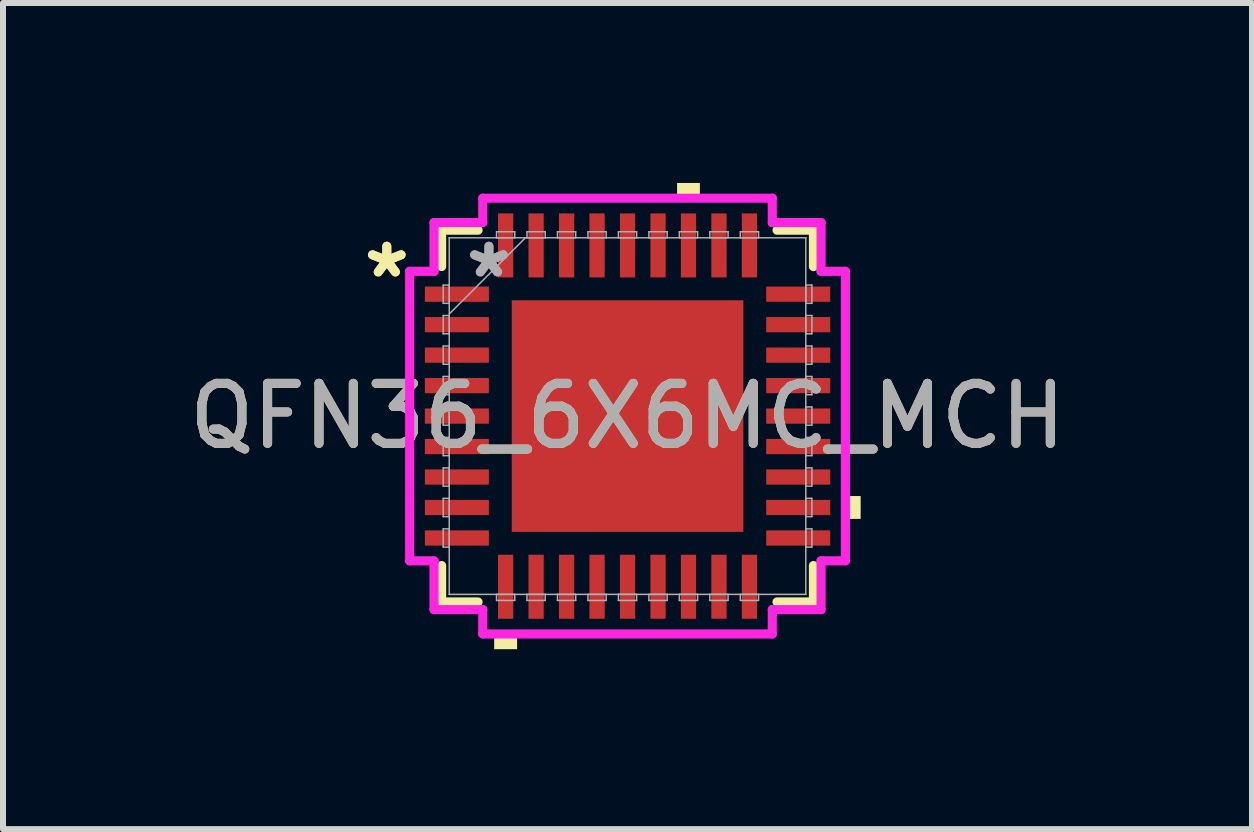
<source format=kicad_pcb>
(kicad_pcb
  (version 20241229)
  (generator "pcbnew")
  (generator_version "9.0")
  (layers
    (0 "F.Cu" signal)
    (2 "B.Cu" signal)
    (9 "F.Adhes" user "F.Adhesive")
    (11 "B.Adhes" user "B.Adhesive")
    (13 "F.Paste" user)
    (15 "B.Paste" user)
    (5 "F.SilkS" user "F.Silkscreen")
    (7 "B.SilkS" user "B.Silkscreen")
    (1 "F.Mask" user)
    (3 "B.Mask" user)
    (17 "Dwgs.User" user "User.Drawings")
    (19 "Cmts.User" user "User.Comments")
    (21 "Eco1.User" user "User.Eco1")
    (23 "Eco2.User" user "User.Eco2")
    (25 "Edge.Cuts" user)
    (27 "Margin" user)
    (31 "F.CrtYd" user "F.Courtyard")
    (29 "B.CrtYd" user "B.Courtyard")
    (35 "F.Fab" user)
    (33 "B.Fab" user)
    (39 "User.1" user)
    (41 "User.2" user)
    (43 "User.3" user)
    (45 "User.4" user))
  (footprint "QFN36_6X6MC_MCH"
    (layer "F.Cu")
    (at 7.411 3.886)
    (property "Reference" "QFN36_6X6MC_MCH" (at 0 0 0) (unlocked yes) (layer "F.SilkS") (effects (font (size 1 1) (thickness 0.15))))
    (attr smd)
    (fp_poly (pts (xy -1.994 -1.994) (xy -1.381 -1.994) (xy -1.381 1.994) (xy -1.994 1.994)) (stroke (width 0) (type solid)) (fill yes) (layer "F.Mask"))
    (fp_poly (pts (xy -1.994 -1.994) (xy 1.994 -1.994) (xy 1.994 -1.381) (xy -1.994 -1.381)) (stroke (width 0) (type solid)) (fill yes) (layer "F.Mask"))
    (fp_poly (pts (xy -1.994 -0.981) (xy 1.994 -0.981) (xy 1.994 -0.594) (xy -1.994 -0.594)) (stroke (width 0) (type solid)) (fill yes) (layer "F.Mask"))
    (fp_poly (pts (xy -1.994 -0.194) (xy 1.994 -0.194) (xy 1.994 0.194) (xy -1.994 0.194)) (stroke (width 0) (type solid)) (fill yes) (layer "F.Mask"))
    (fp_poly (pts (xy -1.994 0.594) (xy 1.994 0.594) (xy 1.994 0.981) (xy -1.994 0.981)) (stroke (width 0) (type solid)) (fill yes) (layer "F.Mask"))
    (fp_poly (pts (xy -1.994 1.381) (xy 1.994 1.381) (xy 1.994 1.994) (xy -1.994 1.994)) (stroke (width 0) (type solid)) (fill yes) (layer "F.Mask"))
    (fp_poly (pts (xy -0.594 -1.994) (xy -0.981 -1.994) (xy -0.981 1.994) (xy -0.594 1.994)) (stroke (width 0) (type solid)) (fill yes) (layer "F.Mask"))
    (fp_poly (pts (xy 0.194 -1.994) (xy -0.194 -1.994) (xy -0.194 1.994) (xy 0.194 1.994)) (stroke (width 0) (type solid)) (fill yes) (layer "F.Mask"))
    (fp_poly (pts (xy 0.981 -1.994) (xy 0.594 -1.994) (xy 0.594 1.994) (xy 0.981 1.994)) (stroke (width 0) (type solid)) (fill yes) (layer "F.Mask"))
    (fp_poly (pts (xy 1.381 -1.994) (xy 1.994 -1.994) (xy 1.994 1.994) (xy 1.381 1.994)) (stroke (width 0) (type solid)) (fill yes) (layer "F.Mask"))
    (fp_line (start -3.099 -3.099) (end -3.099 -2.492) (stroke (width 0.152) (type solid)) (layer "F.SilkS"))
    (fp_line (start -3.099 2.492) (end -3.099 3.099) (stroke (width 0.152) (type solid)) (layer "F.SilkS"))
    (fp_line (start -3.099 3.099) (end -2.492 3.099) (stroke (width 0.152) (type solid)) (layer "F.SilkS"))
    (fp_line (start -2.492 -3.099) (end -3.099 -3.099) (stroke (width 0.152) (type solid)) (layer "F.SilkS"))
    (fp_line (start 2.492 3.099) (end 3.099 3.099) (stroke (width 0.152) (type solid)) (layer "F.SilkS"))
    (fp_line (start 3.099 -3.099) (end 2.492 -3.099) (stroke (width 0.152) (type solid)) (layer "F.SilkS"))
    (fp_line (start 3.099 -2.492) (end 3.099 -3.099) (stroke (width 0.152) (type solid)) (layer "F.SilkS"))
    (fp_line (start 3.099 3.099) (end 3.099 2.492) (stroke (width 0.152) (type solid)) (layer "F.SilkS"))
    (fp_poly (pts (xy -2.223 3.632) (xy -2.223 3.886) (xy -1.841 3.886) (xy -1.841 3.632)) (stroke (width 0) (type solid)) (fill yes) (layer "F.SilkS"))
    (fp_poly (pts (xy 0.826 -3.632) (xy 0.826 -3.886) (xy 1.206 -3.886) (xy 1.206 -3.632)) (stroke (width 0) (type solid)) (fill yes) (layer "F.SilkS"))
    (fp_poly (pts (xy 3.886 1.333) (xy 3.886 1.714) (xy 3.632 1.714) (xy 3.632 1.333)) (stroke (width 0) (type solid)) (fill yes) (layer "F.SilkS"))
    (fp_poly (pts (xy -1.855 -1.855) (xy -1.855 -1.281) (xy -1.423 -1.281) (xy -1.281 -1.423) (xy -1.281 -1.855)) (stroke (width 0) (type solid)) (fill yes) (layer "F.Paste"))
    (fp_poly (pts (xy -1.855 1.281) (xy -1.855 1.855) (xy -1.281 1.855) (xy -1.281 1.423) (xy -1.423 1.281)) (stroke (width 0) (type solid)) (fill yes) (layer "F.Paste"))
    (fp_poly (pts (xy 1.281 -1.855) (xy 1.281 -1.423) (xy 1.423 -1.281) (xy 1.855 -1.281) (xy 1.855 -1.855)) (stroke (width 0) (type solid)) (fill yes) (layer "F.Paste"))
    (fp_poly (pts (xy 1.423 1.281) (xy 1.281 1.423) (xy 1.281 1.855) (xy 1.855 1.855) (xy 1.855 1.281)) (stroke (width 0) (type solid)) (fill yes) (layer "F.Paste"))
    (fp_poly (pts (xy -1.855 -1.081) (xy -1.855 -0.494) (xy -1.423 -0.494) (xy -1.281 -0.635) (xy -1.281 -0.94) (xy -1.423 -1.081)) (stroke (width 0) (type solid)) (fill yes) (layer "F.Paste"))
    (fp_poly (pts (xy -1.855 -0.294) (xy -1.855 0.294) (xy -1.423 0.294) (xy -1.281 0.152) (xy -1.281 -0.152) (xy -1.423 -0.294)) (stroke (width 0) (type solid)) (fill yes) (layer "F.Paste"))
    (fp_poly (pts (xy -1.855 0.494) (xy -1.855 1.081) (xy -1.423 1.081) (xy -1.281 0.94) (xy -1.281 0.635) (xy -1.423 0.494)) (stroke (width 0) (type solid)) (fill yes) (layer "F.Paste"))
    (fp_poly (pts (xy -1.081 -1.855) (xy -1.081 -1.423) (xy -0.94 -1.281) (xy -0.635 -1.281) (xy -0.494 -1.423) (xy -0.494 -1.855)) (stroke (width 0) (type solid)) (fill yes) (layer "F.Paste"))
    (fp_poly (pts (xy -0.94 1.281) (xy -1.081 1.423) (xy -1.081 1.855) (xy -0.494 1.855) (xy -0.494 1.423) (xy -0.635 1.281)) (stroke (width 0) (type solid)) (fill yes) (layer "F.Paste"))
    (fp_poly (pts (xy -0.294 -1.855) (xy -0.294 -1.423) (xy -0.152 -1.281) (xy 0.152 -1.281) (xy 0.294 -1.423) (xy 0.294 -1.855)) (stroke (width 0) (type solid)) (fill yes) (layer "F.Paste"))
    (fp_poly (pts (xy -0.152 1.281) (xy -0.294 1.423) (xy -0.294 1.855) (xy 0.294 1.855) (xy 0.294 1.423) (xy 0.152 1.281)) (stroke (width 0) (type solid)) (fill yes) (layer "F.Paste"))
    (fp_poly (pts (xy 0.494 -1.855) (xy 0.494 -1.423) (xy 0.635 -1.281) (xy 0.94 -1.281) (xy 1.081 -1.423) (xy 1.081 -1.855)) (stroke (width 0) (type solid)) (fill yes) (layer "F.Paste"))
    (fp_poly (pts (xy 0.635 1.281) (xy 0.494 1.423) (xy 0.494 1.855) (xy 1.081 1.855) (xy 1.081 1.423) (xy 0.94 1.281)) (stroke (width 0) (type solid)) (fill yes) (layer "F.Paste"))
    (fp_poly (pts (xy 1.423 -1.081) (xy 1.281 -0.94) (xy 1.281 -0.635) (xy 1.423 -0.494) (xy 1.855 -0.494) (xy 1.855 -1.081)) (stroke (width 0) (type solid)) (fill yes) (layer "F.Paste"))
    (fp_poly (pts (xy 1.423 -0.294) (xy 1.281 -0.152) (xy 1.281 0.152) (xy 1.423 0.294) (xy 1.855 0.294) (xy 1.855 -0.294)) (stroke (width 0) (type solid)) (fill yes) (layer "F.Paste"))
    (fp_poly (pts (xy 1.423 0.494) (xy 1.281 0.635) (xy 1.281 0.94) (xy 1.423 1.081) (xy 1.855 1.081) (xy 1.855 0.494)) (stroke (width 0) (type solid)) (fill yes) (layer "F.Paste"))
    (fp_poly (pts (xy -0.94 -1.081) (xy -1.081 -0.94) (xy -1.081 -0.635) (xy -0.94 -0.494) (xy -0.635 -0.494) (xy -0.494 -0.635) (xy -0.494 -0.94) (xy -0.635 -1.081)) (stroke (width 0) (type solid)) (fill yes) (layer "F.Paste"))
    (fp_poly (pts (xy -0.94 -0.294) (xy -1.081 -0.152) (xy -1.081 0.152) (xy -0.94 0.294) (xy -0.635 0.294) (xy -0.494 0.152) (xy -0.494 -0.152) (xy -0.635 -0.294)) (stroke (width 0) (type solid)) (fill yes) (layer "F.Paste"))
    (fp_poly (pts (xy -0.94 0.494) (xy -1.081 0.635) (xy -1.081 0.94) (xy -0.94 1.081) (xy -0.635 1.081) (xy -0.494 0.94) (xy -0.494 0.635) (xy -0.635 0.494)) (stroke (width 0) (type solid)) (fill yes) (layer "F.Paste"))
    (fp_poly (pts (xy -0.152 -1.081) (xy -0.294 -0.94) (xy -0.294 -0.635) (xy -0.152 -0.494) (xy 0.152 -0.494) (xy 0.294 -0.635) (xy 0.294 -0.94) (xy 0.152 -1.081)) (stroke (width 0) (type solid)) (fill yes) (layer "F.Paste"))
    (fp_poly (pts (xy -0.152 -0.294) (xy -0.294 -0.152) (xy -0.294 0.152) (xy -0.152 0.294) (xy 0.152 0.294) (xy 0.294 0.152) (xy 0.294 -0.152) (xy 0.152 -0.294)) (stroke (width 0) (type solid)) (fill yes) (layer "F.Paste"))
    (fp_poly (pts (xy -0.152 0.494) (xy -0.294 0.635) (xy -0.294 0.94) (xy -0.152 1.081) (xy 0.152 1.081) (xy 0.294 0.94) (xy 0.294 0.635) (xy 0.152 0.494)) (stroke (width 0) (type solid)) (fill yes) (layer "F.Paste"))
    (fp_poly (pts (xy 0.635 -1.081) (xy 0.494 -0.94) (xy 0.494 -0.635) (xy 0.635 -0.494) (xy 0.94 -0.494) (xy 1.081 -0.635) (xy 1.081 -0.94) (xy 0.94 -1.081)) (stroke (width 0) (type solid)) (fill yes) (layer "F.Paste"))
    (fp_poly (pts (xy 0.635 -0.294) (xy 0.494 -0.152) (xy 0.494 0.152) (xy 0.635 0.294) (xy 0.94 0.294) (xy 1.081 0.152) (xy 1.081 -0.152) (xy 0.94 -0.294)) (stroke (width 0) (type solid)) (fill yes) (layer "F.Paste"))
    (fp_poly (pts (xy 0.635 0.494) (xy 0.494 0.635) (xy 0.494 0.94) (xy 0.635 1.081) (xy 0.94 1.081) (xy 1.081 0.94) (xy 1.081 0.635) (xy 0.94 0.494)) (stroke (width 0) (type solid)) (fill yes) (layer "F.Paste"))
    (fp_circle (center -1.181 -1.181) (end -0.8 -1.181) (stroke (width 0.254) (type solid)) (fill no) (layer "Eco1.User"))
    (fp_circle (center -1.181 -0.394) (end -0.8 -0.394) (stroke (width 0.254) (type solid)) (fill no) (layer "Eco1.User"))
    (fp_circle (center -1.181 0.394) (end -0.8 0.394) (stroke (width 0.254) (type solid)) (fill no) (layer "Eco1.User"))
    (fp_circle (center -1.181 1.181) (end -0.8 1.181) (stroke (width 0.254) (type solid)) (fill no) (layer "Eco1.User"))
    (fp_circle (center -0.394 -1.181) (end -0.013 -1.181) (stroke (width 0.254) (type solid)) (fill no) (layer "Eco1.User"))
    (fp_circle (center -0.394 -0.394) (end -0.013 -0.394) (stroke (width 0.254) (type solid)) (fill no) (layer "Eco1.User"))
    (fp_circle (center -0.394 0.394) (end -0.013 0.394) (stroke (width 0.254) (type solid)) (fill no) (layer "Eco1.User"))
    (fp_circle (center -0.394 1.181) (end -0.013 1.181) (stroke (width 0.254) (type solid)) (fill no) (layer "Eco1.User"))
    (fp_circle (center 0.394 -1.181) (end 0.775 -1.181) (stroke (width 0.254) (type solid)) (fill no) (layer "Eco1.User"))
    (fp_circle (center 0.394 -0.394) (end 0.775 -0.394) (stroke (width 0.254) (type solid)) (fill no) (layer "Eco1.User"))
    (fp_circle (center 0.394 0.394) (end 0.775 0.394) (stroke (width 0.254) (type solid)) (fill no) (layer "Eco1.User"))
    (fp_circle (center 0.394 1.181) (end 0.775 1.181) (stroke (width 0.254) (type solid)) (fill no) (layer "Eco1.User"))
    (fp_circle (center 1.181 -1.181) (end 1.562 -1.181) (stroke (width 0.254) (type solid)) (fill no) (layer "Eco1.User"))
    (fp_circle (center 1.181 -0.394) (end 1.562 -0.394) (stroke (width 0.254) (type solid)) (fill no) (layer "Eco1.User"))
    (fp_circle (center 1.181 0.394) (end 1.562 0.394) (stroke (width 0.254) (type solid)) (fill no) (layer "Eco1.User"))
    (fp_circle (center 1.181 1.181) (end 1.562 1.181) (stroke (width 0.254) (type solid)) (fill no) (layer "Eco1.User"))
    (fp_line (start -3.632 -2.413) (end -3.226 -2.413) (stroke (width 0.152) (type solid)) (layer "F.CrtYd"))
    (fp_line (start -3.632 2.413) (end -3.632 -2.413) (stroke (width 0.152) (type solid)) (layer "F.CrtYd"))
    (fp_line (start -3.226 -3.226) (end -2.413 -3.226) (stroke (width 0.152) (type solid)) (layer "F.CrtYd"))
    (fp_line (start -3.226 -2.413) (end -3.226 -3.226) (stroke (width 0.152) (type solid)) (layer "F.CrtYd"))
    (fp_line (start -3.226 2.413) (end -3.632 2.413) (stroke (width 0.152) (type solid)) (layer "F.CrtYd"))
    (fp_line (start -3.226 3.226) (end -3.226 2.413) (stroke (width 0.152) (type solid)) (layer "F.CrtYd"))
    (fp_line (start -2.413 -3.632) (end 2.413 -3.632) (stroke (width 0.152) (type solid)) (layer "F.CrtYd"))
    (fp_line (start -2.413 -3.226) (end -2.413 -3.632) (stroke (width 0.152) (type solid)) (layer "F.CrtYd"))
    (fp_line (start -2.413 3.226) (end -3.226 3.226) (stroke (width 0.152) (type solid)) (layer "F.CrtYd"))
    (fp_line (start -2.413 3.632) (end -2.413 3.226) (stroke (width 0.152) (type solid)) (layer "F.CrtYd"))
    (fp_line (start 2.413 -3.632) (end 2.413 -3.226) (stroke (width 0.152) (type solid)) (layer "F.CrtYd"))
    (fp_line (start 2.413 -3.226) (end 3.226 -3.226) (stroke (width 0.152) (type solid)) (layer "F.CrtYd"))
    (fp_line (start 2.413 3.226) (end 2.413 3.632) (stroke (width 0.152) (type solid)) (layer "F.CrtYd"))
    (fp_line (start 2.413 3.632) (end -2.413 3.632) (stroke (width 0.152) (type solid)) (layer "F.CrtYd"))
    (fp_line (start 3.226 -3.226) (end 3.226 -2.413) (stroke (width 0.152) (type solid)) (layer "F.CrtYd"))
    (fp_line (start 3.226 -2.413) (end 3.632 -2.413) (stroke (width 0.152) (type solid)) (layer "F.CrtYd"))
    (fp_line (start 3.226 2.413) (end 3.226 3.226) (stroke (width 0.152) (type solid)) (layer "F.CrtYd"))
    (fp_line (start 3.226 3.226) (end 2.413 3.226) (stroke (width 0.152) (type solid)) (layer "F.CrtYd"))
    (fp_line (start 3.632 -2.413) (end 3.632 2.413) (stroke (width 0.152) (type solid)) (layer "F.CrtYd"))
    (fp_line (start 3.632 2.413) (end 3.226 2.413) (stroke (width 0.152) (type solid)) (layer "F.CrtYd"))
    (fp_line (start -3.073 -2.184) (end -3.073 -1.88) (stroke (width 0.025) (type solid)) (layer "F.Fab"))
    (fp_line (start -3.073 -1.88) (end -2.972 -1.88) (stroke (width 0.025) (type solid)) (layer "F.Fab"))
    (fp_line (start -3.073 -1.676) (end -3.073 -1.372) (stroke (width 0.025) (type solid)) (layer "F.Fab"))
    (fp_line (start -3.073 -1.372) (end -2.972 -1.372) (stroke (width 0.025) (type solid)) (layer "F.Fab"))
    (fp_line (start -3.073 -1.168) (end -3.073 -0.864) (stroke (width 0.025) (type solid)) (layer "F.Fab"))
    (fp_line (start -3.073 -0.864) (end -2.972 -0.864) (stroke (width 0.025) (type solid)) (layer "F.Fab"))
    (fp_line (start -3.073 -0.66) (end -3.073 -0.356) (stroke (width 0.025) (type solid)) (layer "F.Fab"))
    (fp_line (start -3.073 -0.356) (end -2.972 -0.356) (stroke (width 0.025) (type solid)) (layer "F.Fab"))
    (fp_line (start -3.073 -0.152) (end -3.073 0.152) (stroke (width 0.025) (type solid)) (layer "F.Fab"))
    (fp_line (start -3.073 0.152) (end -2.972 0.152) (stroke (width 0.025) (type solid)) (layer "F.Fab"))
    (fp_line (start -3.073 0.356) (end -3.073 0.66) (stroke (width 0.025) (type solid)) (layer "F.Fab"))
    (fp_line (start -3.073 0.66) (end -2.972 0.66) (stroke (width 0.025) (type solid)) (layer "F.Fab"))
    (fp_line (start -3.073 0.864) (end -3.073 1.168) (stroke (width 0.025) (type solid)) (layer "F.Fab"))
    (fp_line (start -3.073 1.168) (end -2.972 1.168) (stroke (width 0.025) (type solid)) (layer "F.Fab"))
    (fp_line (start -3.073 1.372) (end -3.073 1.676) (stroke (width 0.025) (type solid)) (layer "F.Fab"))
    (fp_line (start -3.073 1.676) (end -2.972 1.676) (stroke (width 0.025) (type solid)) (layer "F.Fab"))
    (fp_line (start -3.073 1.88) (end -3.073 2.184) (stroke (width 0.025) (type solid)) (layer "F.Fab"))
    (fp_line (start -3.073 2.184) (end -2.972 2.184) (stroke (width 0.025) (type solid)) (layer "F.Fab"))
    (fp_line (start -2.972 -2.972) (end -2.972 -2.972) (stroke (width 0.025) (type solid)) (layer "F.Fab"))
    (fp_line (start -2.972 -2.972) (end -2.972 2.972) (stroke (width 0.025) (type solid)) (layer "F.Fab"))
    (fp_line (start -2.972 -2.184) (end -3.073 -2.184) (stroke (width 0.025) (type solid)) (layer "F.Fab"))
    (fp_line (start -2.972 -1.88) (end -2.972 -2.184) (stroke (width 0.025) (type solid)) (layer "F.Fab"))
    (fp_line (start -2.972 -1.702) (end -1.702 -2.972) (stroke (width 0.025) (type solid)) (layer "F.Fab"))
    (fp_line (start -2.972 -1.676) (end -3.073 -1.676) (stroke (width 0.025) (type solid)) (layer "F.Fab"))
    (fp_line (start -2.972 -1.372) (end -2.972 -1.676) (stroke (width 0.025) (type solid)) (layer "F.Fab"))
    (fp_line (start -2.972 -1.168) (end -3.073 -1.168) (stroke (width 0.025) (type solid)) (layer "F.Fab"))
    (fp_line (start -2.972 -0.864) (end -2.972 -1.168) (stroke (width 0.025) (type solid)) (layer "F.Fab"))
    (fp_line (start -2.972 -0.66) (end -3.073 -0.66) (stroke (width 0.025) (type solid)) (layer "F.Fab"))
    (fp_line (start -2.972 -0.356) (end -2.972 -0.66) (stroke (width 0.025) (type solid)) (layer "F.Fab"))
    (fp_line (start -2.972 -0.152) (end -3.073 -0.152) (stroke (width 0.025) (type solid)) (layer "F.Fab"))
    (fp_line (start -2.972 0.152) (end -2.972 -0.152) (stroke (width 0.025) (type solid)) (layer "F.Fab"))
    (fp_line (start -2.972 0.356) (end -3.073 0.356) (stroke (width 0.025) (type solid)) (layer "F.Fab"))
    (fp_line (start -2.972 0.66) (end -2.972 0.356) (stroke (width 0.025) (type solid)) (layer "F.Fab"))
    (fp_line (start -2.972 0.864) (end -3.073 0.864) (stroke (width 0.025) (type solid)) (layer "F.Fab"))
    (fp_line (start -2.972 1.168) (end -2.972 0.864) (stroke (width 0.025) (type solid)) (layer "F.Fab"))
    (fp_line (start -2.972 1.372) (end -3.073 1.372) (stroke (width 0.025) (type solid)) (layer "F.Fab"))
    (fp_line (start -2.972 1.676) (end -2.972 1.372) (stroke (width 0.025) (type solid)) (layer "F.Fab"))
    (fp_line (start -2.972 1.88) (end -3.073 1.88) (stroke (width 0.025) (type solid)) (layer "F.Fab"))
    (fp_line (start -2.972 2.184) (end -2.972 1.88) (stroke (width 0.025) (type solid)) (layer "F.Fab"))
    (fp_line (start -2.972 2.972) (end -2.972 2.972) (stroke (width 0.025) (type solid)) (layer "F.Fab"))
    (fp_line (start -2.972 2.972) (end 2.972 2.972) (stroke (width 0.025) (type solid)) (layer "F.Fab"))
    (fp_line (start -2.184 -3.073) (end -2.184 -2.972) (stroke (width 0.025) (type solid)) (layer "F.Fab"))
    (fp_line (start -2.184 -2.972) (end -1.88 -2.972) (stroke (width 0.025) (type solid)) (layer "F.Fab"))
    (fp_line (start -2.184 2.972) (end -2.184 3.073) (stroke (width 0.025) (type solid)) (layer "F.Fab"))
    (fp_line (start -2.184 3.073) (end -1.88 3.073) (stroke (width 0.025) (type solid)) (layer "F.Fab"))
    (fp_line (start -1.88 -3.073) (end -2.184 -3.073) (stroke (width 0.025) (type solid)) (layer "F.Fab"))
    (fp_line (start -1.88 -2.972) (end -1.88 -3.073) (stroke (width 0.025) (type solid)) (layer "F.Fab"))
    (fp_line (start -1.88 2.972) (end -2.184 2.972) (stroke (width 0.025) (type solid)) (layer "F.Fab"))
    (fp_line (start -1.88 3.073) (end -1.88 2.972) (stroke (width 0.025) (type solid)) (layer "F.Fab"))
    (fp_line (start -1.676 -3.073) (end -1.676 -2.972) (stroke (width 0.025) (type solid)) (layer "F.Fab"))
    (fp_line (start -1.676 -2.972) (end -1.372 -2.972) (stroke (width 0.025) (type solid)) (layer "F.Fab"))
    (fp_line (start -1.676 2.972) (end -1.676 3.073) (stroke (width 0.025) (type solid)) (layer "F.Fab"))
    (fp_line (start -1.676 3.073) (end -1.372 3.073) (stroke (width 0.025) (type solid)) (layer "F.Fab"))
    (fp_line (start -1.372 -3.073) (end -1.676 -3.073) (stroke (width 0.025) (type solid)) (layer "F.Fab"))
    (fp_line (start -1.372 -2.972) (end -1.372 -3.073) (stroke (width 0.025) (type solid)) (layer "F.Fab"))
    (fp_line (start -1.372 2.972) (end -1.676 2.972) (stroke (width 0.025) (type solid)) (layer "F.Fab"))
    (fp_line (start -1.372 3.073) (end -1.372 2.972) (stroke (width 0.025) (type solid)) (layer "F.Fab"))
    (fp_line (start -1.168 -3.073) (end -1.168 -2.972) (stroke (width 0.025) (type solid)) (layer "F.Fab"))
    (fp_line (start -1.168 -2.972) (end -0.864 -2.972) (stroke (width 0.025) (type solid)) (layer "F.Fab"))
    (fp_line (start -1.168 2.972) (end -1.168 3.073) (stroke (width 0.025) (type solid)) (layer "F.Fab"))
    (fp_line (start -1.168 3.073) (end -0.864 3.073) (stroke (width 0.025) (type solid)) (layer "F.Fab"))
    (fp_line (start -0.864 -3.073) (end -1.168 -3.073) (stroke (width 0.025) (type solid)) (layer "F.Fab"))
    (fp_line (start -0.864 -2.972) (end -0.864 -3.073) (stroke (width 0.025) (type solid)) (layer "F.Fab"))
    (fp_line (start -0.864 2.972) (end -1.168 2.972) (stroke (width 0.025) (type solid)) (layer "F.Fab"))
    (fp_line (start -0.864 3.073) (end -0.864 2.972) (stroke (width 0.025) (type solid)) (layer "F.Fab"))
    (fp_line (start -0.66 -3.073) (end -0.66 -2.972) (stroke (width 0.025) (type solid)) (layer "F.Fab"))
    (fp_line (start -0.66 -2.972) (end -0.356 -2.972) (stroke (width 0.025) (type solid)) (layer "F.Fab"))
    (fp_line (start -0.66 2.972) (end -0.66 3.073) (stroke (width 0.025) (type solid)) (layer "F.Fab"))
    (fp_line (start -0.66 3.073) (end -0.356 3.073) (stroke (width 0.025) (type solid)) (layer "F.Fab"))
    (fp_line (start -0.356 -3.073) (end -0.66 -3.073) (stroke (width 0.025) (type solid)) (layer "F.Fab"))
    (fp_line (start -0.356 -2.972) (end -0.356 -3.073) (stroke (width 0.025) (type solid)) (layer "F.Fab"))
    (fp_line (start -0.356 2.972) (end -0.66 2.972) (stroke (width 0.025) (type solid)) (layer "F.Fab"))
    (fp_line (start -0.356 3.073) (end -0.356 2.972) (stroke (width 0.025) (type solid)) (layer "F.Fab"))
    (fp_line (start -0.152 -3.073) (end -0.152 -2.972) (stroke (width 0.025) (type solid)) (layer "F.Fab"))
    (fp_line (start -0.152 -2.972) (end 0.152 -2.972) (stroke (width 0.025) (type solid)) (layer "F.Fab"))
    (fp_line (start -0.152 2.972) (end -0.152 3.073) (stroke (width 0.025) (type solid)) (layer "F.Fab"))
    (fp_line (start -0.152 3.073) (end 0.152 3.073) (stroke (width 0.025) (type solid)) (layer "F.Fab"))
    (fp_line (start 0.152 -3.073) (end -0.152 -3.073) (stroke (width 0.025) (type solid)) (layer "F.Fab"))
    (fp_line (start 0.152 -2.972) (end 0.152 -3.073) (stroke (width 0.025) (type solid)) (layer "F.Fab"))
    (fp_line (start 0.152 2.972) (end -0.152 2.972) (stroke (width 0.025) (type solid)) (layer "F.Fab"))
    (fp_line (start 0.152 3.073) (end 0.152 2.972) (stroke (width 0.025) (type solid)) (layer "F.Fab"))
    (fp_line (start 0.356 -3.073) (end 0.356 -2.972) (stroke (width 0.025) (type solid)) (layer "F.Fab"))
    (fp_line (start 0.356 -2.972) (end 0.66 -2.972) (stroke (width 0.025) (type solid)) (layer "F.Fab"))
    (fp_line (start 0.356 2.972) (end 0.356 3.073) (stroke (width 0.025) (type solid)) (layer "F.Fab"))
    (fp_line (start 0.356 3.073) (end 0.66 3.073) (stroke (width 0.025) (type solid)) (layer "F.Fab"))
    (fp_line (start 0.66 -3.073) (end 0.356 -3.073) (stroke (width 0.025) (type solid)) (layer "F.Fab"))
    (fp_line (start 0.66 -2.972) (end 0.66 -3.073) (stroke (width 0.025) (type solid)) (layer "F.Fab"))
    (fp_line (start 0.66 2.972) (end 0.356 2.972) (stroke (width 0.025) (type solid)) (layer "F.Fab"))
    (fp_line (start 0.66 3.073) (end 0.66 2.972) (stroke (width 0.025) (type solid)) (layer "F.Fab"))
    (fp_line (start 0.864 -3.073) (end 0.864 -2.972) (stroke (width 0.025) (type solid)) (layer "F.Fab"))
    (fp_line (start 0.864 -2.972) (end 1.168 -2.972) (stroke (width 0.025) (type solid)) (layer "F.Fab"))
    (fp_line (start 0.864 2.972) (end 0.864 3.073) (stroke (width 0.025) (type solid)) (layer "F.Fab"))
    (fp_line (start 0.864 3.073) (end 1.168 3.073) (stroke (width 0.025) (type solid)) (layer "F.Fab"))
    (fp_line (start 1.168 -3.073) (end 0.864 -3.073) (stroke (width 0.025) (type solid)) (layer "F.Fab"))
    (fp_line (start 1.168 -2.972) (end 1.168 -3.073) (stroke (width 0.025) (type solid)) (layer "F.Fab"))
    (fp_line (start 1.168 2.972) (end 0.864 2.972) (stroke (width 0.025) (type solid)) (layer "F.Fab"))
    (fp_line (start 1.168 3.073) (end 1.168 2.972) (stroke (width 0.025) (type solid)) (layer "F.Fab"))
    (fp_line (start 1.372 -3.073) (end 1.372 -2.972) (stroke (width 0.025) (type solid)) (layer "F.Fab"))
    (fp_line (start 1.372 -2.972) (end 1.676 -2.972) (stroke (width 0.025) (type solid)) (layer "F.Fab"))
    (fp_line (start 1.372 2.972) (end 1.372 3.073) (stroke (width 0.025) (type solid)) (layer "F.Fab"))
    (fp_line (start 1.372 3.073) (end 1.676 3.073) (stroke (width 0.025) (type solid)) (layer "F.Fab"))
    (fp_line (start 1.676 -3.073) (end 1.372 -3.073) (stroke (width 0.025) (type solid)) (layer "F.Fab"))
    (fp_line (start 1.676 -2.972) (end 1.676 -3.073) (stroke (width 0.025) (type solid)) (layer "F.Fab"))
    (fp_line (start 1.676 2.972) (end 1.372 2.972) (stroke (width 0.025) (type solid)) (layer "F.Fab"))
    (fp_line (start 1.676 3.073) (end 1.676 2.972) (stroke (width 0.025) (type solid)) (layer "F.Fab"))
    (fp_line (start 1.88 -3.073) (end 1.88 -2.972) (stroke (width 0.025) (type solid)) (layer "F.Fab"))
    (fp_line (start 1.88 -2.972) (end 2.184 -2.972) (stroke (width 0.025) (type solid)) (layer "F.Fab"))
    (fp_line (start 1.88 2.972) (end 1.88 3.073) (stroke (width 0.025) (type solid)) (layer "F.Fab"))
    (fp_line (start 1.88 3.073) (end 2.184 3.073) (stroke (width 0.025) (type solid)) (layer "F.Fab"))
    (fp_line (start 2.184 -3.073) (end 1.88 -3.073) (stroke (width 0.025) (type solid)) (layer "F.Fab"))
    (fp_line (start 2.184 -2.972) (end 2.184 -3.073) (stroke (width 0.025) (type solid)) (layer "F.Fab"))
    (fp_line (start 2.184 2.972) (end 1.88 2.972) (stroke (width 0.025) (type solid)) (layer "F.Fab"))
    (fp_line (start 2.184 3.073) (end 2.184 2.972) (stroke (width 0.025) (type solid)) (layer "F.Fab"))
    (fp_line (start 2.972 -2.972) (end -2.972 -2.972) (stroke (width 0.025) (type solid)) (layer "F.Fab"))
    (fp_line (start 2.972 -2.972) (end 2.972 -2.972) (stroke (width 0.025) (type solid)) (layer "F.Fab"))
    (fp_line (start 2.972 -2.184) (end 2.972 -1.88) (stroke (width 0.025) (type solid)) (layer "F.Fab"))
    (fp_line (start 2.972 -1.88) (end 3.073 -1.88) (stroke (width 0.025) (type solid)) (layer "F.Fab"))
    (fp_line (start 2.972 -1.676) (end 2.972 -1.372) (stroke (width 0.025) (type solid)) (layer "F.Fab"))
    (fp_line (start 2.972 -1.372) (end 3.073 -1.372) (stroke (width 0.025) (type solid)) (layer "F.Fab"))
    (fp_line (start 2.972 -1.168) (end 2.972 -0.864) (stroke (width 0.025) (type solid)) (layer "F.Fab"))
    (fp_line (start 2.972 -0.864) (end 3.073 -0.864) (stroke (width 0.025) (type solid)) (layer "F.Fab"))
    (fp_line (start 2.972 -0.66) (end 2.972 -0.356) (stroke (width 0.025) (type solid)) (layer "F.Fab"))
    (fp_line (start 2.972 -0.356) (end 3.073 -0.356) (stroke (width 0.025) (type solid)) (layer "F.Fab"))
    (fp_line (start 2.972 -0.152) (end 2.972 0.152) (stroke (width 0.025) (type solid)) (layer "F.Fab"))
    (fp_line (start 2.972 0.152) (end 3.073 0.152) (stroke (width 0.025) (type solid)) (layer "F.Fab"))
    (fp_line (start 2.972 0.356) (end 2.972 0.66) (stroke (width 0.025) (type solid)) (layer "F.Fab"))
    (fp_line (start 2.972 0.66) (end 3.073 0.66) (stroke (width 0.025) (type solid)) (layer "F.Fab"))
    (fp_line (start 2.972 0.864) (end 2.972 1.168) (stroke (width 0.025) (type solid)) (layer "F.Fab"))
    (fp_line (start 2.972 1.168) (end 3.073 1.168) (stroke (width 0.025) (type solid)) (layer "F.Fab"))
    (fp_line (start 2.972 1.372) (end 2.972 1.676) (stroke (width 0.025) (type solid)) (layer "F.Fab"))
    (fp_line (start 2.972 1.676) (end 3.073 1.676) (stroke (width 0.025) (type solid)) (layer "F.Fab"))
    (fp_line (start 2.972 1.88) (end 2.972 2.184) (stroke (width 0.025) (type solid)) (layer "F.Fab"))
    (fp_line (start 2.972 2.184) (end 3.073 2.184) (stroke (width 0.025) (type solid)) (layer "F.Fab"))
    (fp_line (start 2.972 2.972) (end 2.972 -2.972) (stroke (width 0.025) (type solid)) (layer "F.Fab"))
    (fp_line (start 2.972 2.972) (end 2.972 2.972) (stroke (width 0.025) (type solid)) (layer "F.Fab"))
    (fp_line (start 3.073 -2.184) (end 2.972 -2.184) (stroke (width 0.025) (type solid)) (layer "F.Fab"))
    (fp_line (start 3.073 -1.88) (end 3.073 -2.184) (stroke (width 0.025) (type solid)) (layer "F.Fab"))
    (fp_line (start 3.073 -1.676) (end 2.972 -1.676) (stroke (width 0.025) (type solid)) (layer "F.Fab"))
    (fp_line (start 3.073 -1.372) (end 3.073 -1.676) (stroke (width 0.025) (type solid)) (layer "F.Fab"))
    (fp_line (start 3.073 -1.168) (end 2.972 -1.168) (stroke (width 0.025) (type solid)) (layer "F.Fab"))
    (fp_line (start 3.073 -0.864) (end 3.073 -1.168) (stroke (width 0.025) (type solid)) (layer "F.Fab"))
    (fp_line (start 3.073 -0.66) (end 2.972 -0.66) (stroke (width 0.025) (type solid)) (layer "F.Fab"))
    (fp_line (start 3.073 -0.356) (end 3.073 -0.66) (stroke (width 0.025) (type solid)) (layer "F.Fab"))
    (fp_line (start 3.073 -0.152) (end 2.972 -0.152) (stroke (width 0.025) (type solid)) (layer "F.Fab"))
    (fp_line (start 3.073 0.152) (end 3.073 -0.152) (stroke (width 0.025) (type solid)) (layer "F.Fab"))
    (fp_line (start 3.073 0.356) (end 2.972 0.356) (stroke (width 0.025) (type solid)) (layer "F.Fab"))
    (fp_line (start 3.073 0.66) (end 3.073 0.356) (stroke (width 0.025) (type solid)) (layer "F.Fab"))
    (fp_line (start 3.073 0.864) (end 2.972 0.864) (stroke (width 0.025) (type solid)) (layer "F.Fab"))
    (fp_line (start 3.073 1.168) (end 3.073 0.864) (stroke (width 0.025) (type solid)) (layer "F.Fab"))
    (fp_line (start 3.073 1.372) (end 2.972 1.372) (stroke (width 0.025) (type solid)) (layer "F.Fab"))
    (fp_line (start 3.073 1.676) (end 3.073 1.372) (stroke (width 0.025) (type solid)) (layer "F.Fab"))
    (fp_line (start 3.073 1.88) (end 2.972 1.88) (stroke (width 0.025) (type solid)) (layer "F.Fab"))
    (fp_line (start 3.073 2.184) (end 3.073 1.88) (stroke (width 0.025) (type solid)) (layer "F.Fab"))
    (fp_text user "*" (at -4.013 -2.286 0) (layer "F.SilkS") (effects (font (size 1 1) (thickness 0.15))))
    (fp_text user "*" (at -4.013 -2.286 0) (unlocked yes) (layer "F.SilkS") (effects (font (size 1 1) (thickness 0.15))))
    (fp_text user "*" (at -2.311 -2.286 0) (layer "F.Fab") (effects (font (size 1 1) (thickness 0.15))))
    (fp_text user "*" (at -2.311 -2.286 0) (unlocked yes) (layer "F.Fab") (effects (font (size 1 1) (thickness 0.15))))
    (fp_text user "${REFERENCE}" (at 0 0 0) (unlocked yes) (layer "F.Fab") (effects (font (size 1 1) (thickness 0.15))))
    (pad "1" smd rect (at -2.845 -2.032 90) (size 0.254 1.067) (layers "F.Cu" "F.Mask" "F.Paste"))
    (pad "2" smd rect (at -2.845 -1.524 90) (size 0.254 1.067) (layers "F.Cu" "F.Mask" "F.Paste"))
    (pad "3" smd rect (at -2.845 -1.016 90) (size 0.254 1.067) (layers "F.Cu" "F.Mask" "F.Paste"))
    (pad "4" smd rect (at -2.845 -0.508 90) (size 0.254 1.067) (layers "F.Cu" "F.Mask" "F.Paste"))
    (pad "5" smd rect (at -2.845 0 90) (size 0.254 1.067) (layers "F.Cu" "F.Mask" "F.Paste"))
    (pad "6" smd rect (at -2.845 0.508 90) (size 0.254 1.067) (layers "F.Cu" "F.Mask" "F.Paste"))
    (pad "7" smd rect (at -2.845 1.016 90) (size 0.254 1.067) (layers "F.Cu" "F.Mask" "F.Paste"))
    (pad "8" smd rect (at -2.845 1.524 90) (size 0.254 1.067) (layers "F.Cu" "F.Mask" "F.Paste"))
    (pad "9" smd rect (at -2.845 2.032 90) (size 0.254 1.067) (layers "F.Cu" "F.Mask" "F.Paste"))
    (pad "10" smd rect (at -2.032 2.845) (size 0.254 1.067) (layers "F.Cu" "F.Mask" "F.Paste"))
    (pad "11" smd rect (at -1.524 2.845) (size 0.254 1.067) (layers "F.Cu" "F.Mask" "F.Paste"))
    (pad "12" smd rect (at -1.016 2.845) (size 0.254 1.067) (layers "F.Cu" "F.Mask" "F.Paste"))
    (pad "13" smd rect (at -0.508 2.845) (size 0.254 1.067) (layers "F.Cu" "F.Mask" "F.Paste"))
    (pad "14" smd rect (at 0 2.845) (size 0.254 1.067) (layers "F.Cu" "F.Mask" "F.Paste"))
    (pad "15" smd rect (at 0.508 2.845) (size 0.254 1.067) (layers "F.Cu" "F.Mask" "F.Paste"))
    (pad "16" smd rect (at 1.016 2.845) (size 0.254 1.067) (layers "F.Cu" "F.Mask" "F.Paste"))
    (pad "17" smd rect (at 1.524 2.845) (size 0.254 1.067) (layers "F.Cu" "F.Mask" "F.Paste"))
    (pad "18" smd rect (at 2.032 2.845) (size 0.254 1.067) (layers "F.Cu" "F.Mask" "F.Paste"))
    (pad "19" smd rect (at 2.845 2.032 90) (size 0.254 1.067) (layers "F.Cu" "F.Mask" "F.Paste"))
    (pad "20" smd rect (at 2.845 1.524 90) (size 0.254 1.067) (layers "F.Cu" "F.Mask" "F.Paste"))
    (pad "21" smd rect (at 2.845 1.016 90) (size 0.254 1.067) (layers "F.Cu" "F.Mask" "F.Paste"))
    (pad "22" smd rect (at 2.845 0.508 90) (size 0.254 1.067) (layers "F.Cu" "F.Mask" "F.Paste"))
    (pad "23" smd rect (at 2.845 0 90) (size 0.254 1.067) (layers "F.Cu" "F.Mask" "F.Paste"))
    (pad "24" smd rect (at 2.845 -0.508 90) (size 0.254 1.067) (layers "F.Cu" "F.Mask" "F.Paste"))
    (pad "25" smd rect (at 2.845 -1.016 90) (size 0.254 1.067) (layers "F.Cu" "F.Mask" "F.Paste"))
    (pad "26" smd rect (at 2.845 -1.524 90) (size 0.254 1.067) (layers "F.Cu" "F.Mask" "F.Paste"))
    (pad "27" smd rect (at 2.845 -2.032 90) (size 0.254 1.067) (layers "F.Cu" "F.Mask" "F.Paste"))
    (pad "28" smd rect (at 2.032 -2.845) (size 0.254 1.067) (layers "F.Cu" "F.Mask" "F.Paste"))
    (pad "29" smd rect (at 1.524 -2.845) (size 0.254 1.067) (layers "F.Cu" "F.Mask" "F.Paste"))
    (pad "30" smd rect (at 1.016 -2.845) (size 0.254 1.067) (layers "F.Cu" "F.Mask" "F.Paste"))
    (pad "31" smd rect (at 0.508 -2.845) (size 0.254 1.067) (layers "F.Cu" "F.Mask" "F.Paste"))
    (pad "32" smd rect (at 0 -2.845) (size 0.254 1.067) (layers "F.Cu" "F.Mask" "F.Paste"))
    (pad "33" smd rect (at -0.508 -2.845) (size 0.254 1.067) (layers "F.Cu" "F.Mask" "F.Paste"))
    (pad "34" smd rect (at -1.016 -2.845) (size 0.254 1.067) (layers "F.Cu" "F.Mask" "F.Paste"))
    (pad "35" smd rect (at -1.524 -2.845) (size 0.254 1.067) (layers "F.Cu" "F.Mask" "F.Paste"))
    (pad "36" smd rect (at -2.032 -2.845) (size 0.254 1.067) (layers "F.Cu" "F.Mask" "F.Paste"))
    (pad "37" smd rect (at 0 0) (size 3.861 3.861) (layers "F.Cu")))
  (gr_rect
    (start -3 -3)
    (end 17.821 10.772)
    (stroke (width 0.1) (type default))
    (fill no)
    (layer "Edge.Cuts")))
</source>
